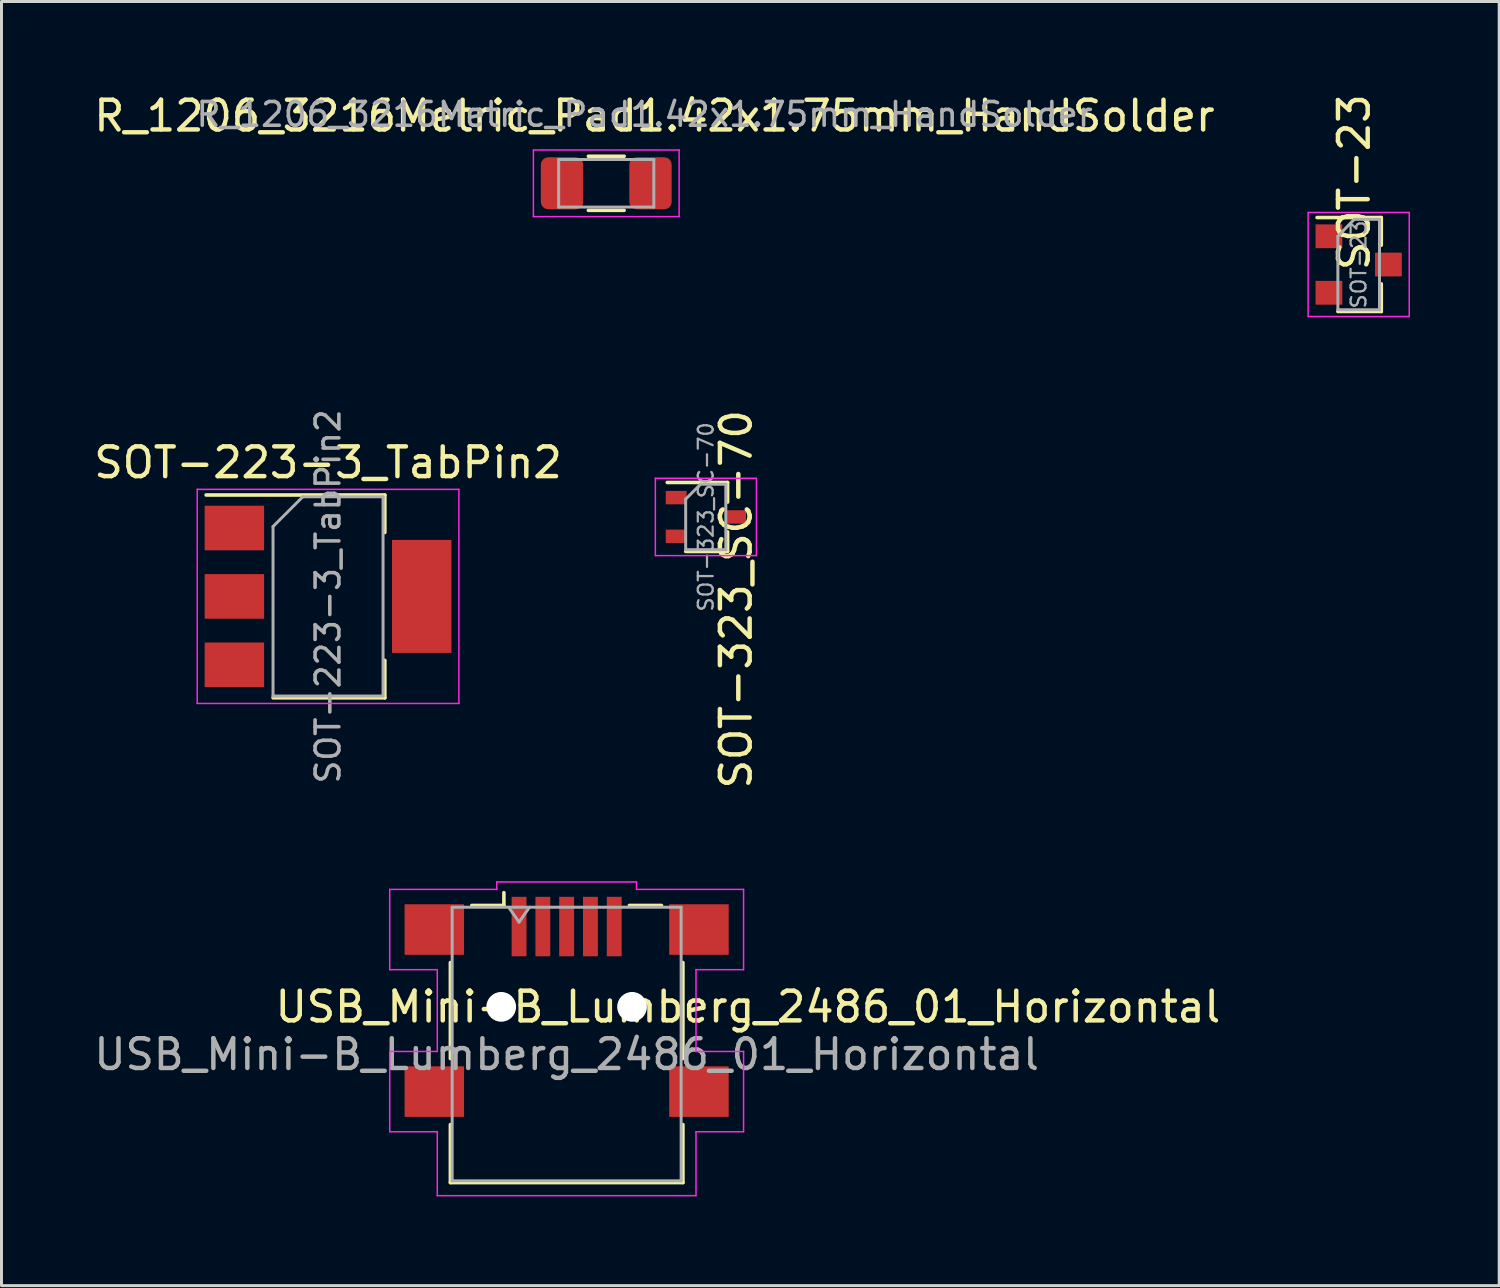
<source format=kicad_pcb>
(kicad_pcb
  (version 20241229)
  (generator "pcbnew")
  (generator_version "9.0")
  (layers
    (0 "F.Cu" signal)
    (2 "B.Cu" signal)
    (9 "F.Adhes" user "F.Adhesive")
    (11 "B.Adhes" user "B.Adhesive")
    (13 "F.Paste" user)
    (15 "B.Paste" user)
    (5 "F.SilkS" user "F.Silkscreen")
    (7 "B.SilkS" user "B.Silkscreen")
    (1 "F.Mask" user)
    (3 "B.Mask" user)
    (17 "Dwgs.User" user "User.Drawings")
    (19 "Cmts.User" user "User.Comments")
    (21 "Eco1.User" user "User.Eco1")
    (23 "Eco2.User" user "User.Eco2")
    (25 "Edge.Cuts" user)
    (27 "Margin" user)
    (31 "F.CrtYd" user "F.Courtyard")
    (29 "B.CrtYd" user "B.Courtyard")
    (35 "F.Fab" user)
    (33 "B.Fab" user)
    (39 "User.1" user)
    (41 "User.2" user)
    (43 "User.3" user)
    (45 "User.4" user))
  (footprint "SOT-23"
    (layer "F.Cu")
    (at 42.642 5.846)
    (property "Reference" "SOT-23" (at -0.152 -2.769 90) (layer "F.SilkS") (effects (font (size 1 1) (thickness 0.15))))
    (attr smd)
    (fp_line (start 0.76 -1.58) (end -1.4 -1.58) (stroke (width 0.12) (type solid)) (layer "F.SilkS"))
    (fp_line (start 0.76 -1.58) (end 0.76 -0.65) (stroke (width 0.12) (type solid)) (layer "F.SilkS"))
    (fp_line (start 0.76 1.58) (end -0.7 1.58) (stroke (width 0.12) (type solid)) (layer "F.SilkS"))
    (fp_line (start 0.76 1.58) (end 0.76 0.65) (stroke (width 0.12) (type solid)) (layer "F.SilkS"))
    (fp_line (start -1.7 -1.75) (end 1.7 -1.75) (stroke (width 0.05) (type solid)) (layer "F.CrtYd"))
    (fp_line (start -1.7 1.75) (end -1.7 -1.75) (stroke (width 0.05) (type solid)) (layer "F.CrtYd"))
    (fp_line (start 1.7 -1.75) (end 1.7 1.75) (stroke (width 0.05) (type solid)) (layer "F.CrtYd"))
    (fp_line (start 1.7 1.75) (end -1.7 1.75) (stroke (width 0.05) (type solid)) (layer "F.CrtYd"))
    (fp_line (start -0.7 -0.95) (end -0.7 1.5) (stroke (width 0.1) (type solid)) (layer "F.Fab"))
    (fp_line (start -0.7 -0.95) (end -0.15 -1.52) (stroke (width 0.1) (type solid)) (layer "F.Fab"))
    (fp_line (start -0.7 1.52) (end 0.7 1.52) (stroke (width 0.1) (type solid)) (layer "F.Fab"))
    (fp_line (start -0.15 -1.52) (end 0.7 -1.52) (stroke (width 0.1) (type solid)) (layer "F.Fab"))
    (fp_line (start 0.7 -1.52) (end 0.7 1.52) (stroke (width 0.1) (type solid)) (layer "F.Fab"))
    (fp_text user "${REFERENCE}" (at 0 0 90) (layer "F.Fab") (effects (font (size 0.5 0.5) (thickness 0.075))))
    (pad "1" smd rect (at -1 -0.95) (size 0.9 0.8) (layers "F.Cu" "F.Mask" "F.Paste"))
    (pad "2" smd rect (at -1 0.95) (size 0.9 0.8) (layers "F.Cu" "F.Mask" "F.Paste"))
    (pad "3" smd rect (at 1 0) (size 0.9 0.8) (layers "F.Cu" "F.Mask" "F.Paste")))
  (footprint "USB_Mini-B_Lumberg_2486_01_Horizontal"
    (layer "F.Cu")
    (at 16.006 30.81)
    (property "Reference" "USB_Mini-B_Lumberg_2486_01_Horizontal" (at 6.096 0 0) (layer "F.SilkS") (effects (font (size 1 1) (thickness 0.15))))
    (attr smd)
    (fp_line (start -3.91 1.74) (end -3.91 -1.49) (stroke (width 0.12) (type solid)) (layer "F.SilkS"))
    (fp_line (start -3.91 5.91) (end -3.91 3.96) (stroke (width 0.12) (type solid)) (layer "F.SilkS"))
    (fp_line (start -3.19 -3.41) (end -2.11 -3.41) (stroke (width 0.12) (type solid)) (layer "F.SilkS"))
    (fp_line (start -2.11 -3.41) (end -2.11 -3.84) (stroke (width 0.12) (type solid)) (layer "F.SilkS"))
    (fp_line (start 2.11 -3.41) (end 3.19 -3.41) (stroke (width 0.12) (type solid)) (layer "F.SilkS"))
    (fp_line (start 3.91 1.74) (end 3.91 -1.49) (stroke (width 0.12) (type solid)) (layer "F.SilkS"))
    (fp_line (start 3.91 5.91) (end -3.91 5.91) (stroke (width 0.12) (type solid)) (layer "F.SilkS"))
    (fp_line (start 3.91 5.91) (end 3.91 3.96) (stroke (width 0.12) (type solid)) (layer "F.SilkS"))
    (fp_line (start -5.95 -3.95) (end -5.95 -1.25) (stroke (width 0.05) (type solid)) (layer "F.CrtYd"))
    (fp_line (start -5.95 -3.95) (end -2.35 -3.95) (stroke (width 0.05) (type solid)) (layer "F.CrtYd"))
    (fp_line (start -5.95 1.5) (end -5.95 4.2) (stroke (width 0.05) (type solid)) (layer "F.CrtYd"))
    (fp_line (start -4.35 -1.25) (end -5.95 -1.25) (stroke (width 0.05) (type solid)) (layer "F.CrtYd"))
    (fp_line (start -4.35 -1.25) (end -4.35 1.5) (stroke (width 0.05) (type solid)) (layer "F.CrtYd"))
    (fp_line (start -4.35 1.5) (end -5.95 1.5) (stroke (width 0.05) (type solid)) (layer "F.CrtYd"))
    (fp_line (start -4.35 4.2) (end -5.95 4.2) (stroke (width 0.05) (type solid)) (layer "F.CrtYd"))
    (fp_line (start -4.35 6.35) (end -4.35 4.2) (stroke (width 0.05) (type solid)) (layer "F.CrtYd"))
    (fp_line (start -4.35 6.35) (end 4.35 6.35) (stroke (width 0.05) (type solid)) (layer "F.CrtYd"))
    (fp_line (start -2.35 -3.95) (end -2.35 -4.2) (stroke (width 0.05) (type solid)) (layer "F.CrtYd"))
    (fp_line (start 2.35 -4.2) (end -2.35 -4.2) (stroke (width 0.05) (type solid)) (layer "F.CrtYd"))
    (fp_line (start 2.35 -3.95) (end 2.35 -4.2) (stroke (width 0.05) (type solid)) (layer "F.CrtYd"))
    (fp_line (start 4.35 -1.25) (end 4.35 1.5) (stroke (width 0.05) (type solid)) (layer "F.CrtYd"))
    (fp_line (start 4.35 -1.25) (end 5.95 -1.25) (stroke (width 0.05) (type solid)) (layer "F.CrtYd"))
    (fp_line (start 4.35 1.5) (end 5.95 1.5) (stroke (width 0.05) (type solid)) (layer "F.CrtYd"))
    (fp_line (start 4.35 4.2) (end 5.95 4.2) (stroke (width 0.05) (type solid)) (layer "F.CrtYd"))
    (fp_line (start 4.35 6.35) (end 4.35 4.2) (stroke (width 0.05) (type solid)) (layer "F.CrtYd"))
    (fp_line (start 5.95 -3.95) (end 2.35 -3.95) (stroke (width 0.05) (type solid)) (layer "F.CrtYd"))
    (fp_line (start 5.95 -3.95) (end 5.95 -1.25) (stroke (width 0.05) (type solid)) (layer "F.CrtYd"))
    (fp_line (start 5.95 1.5) (end 5.95 4.2) (stroke (width 0.05) (type solid)) (layer "F.CrtYd"))
    (fp_line (start -3.85 -3.35) (end -3.85 5.85) (stroke (width 0.1) (type solid)) (layer "F.Fab"))
    (fp_line (start -3.85 -3.35) (end 3.85 -3.35) (stroke (width 0.1) (type solid)) (layer "F.Fab"))
    (fp_line (start -3.85 5.85) (end 3.85 5.85) (stroke (width 0.1) (type solid)) (layer "F.Fab"))
    (fp_line (start -1.95 -3.35) (end -1.6 -2.85) (stroke (width 0.1) (type solid)) (layer "F.Fab"))
    (fp_line (start -1.6 -2.85) (end -1.25 -3.35) (stroke (width 0.1) (type solid)) (layer "F.Fab"))
    (fp_line (start 3.85 5.85) (end 3.85 -3.35) (stroke (width 0.1) (type solid)) (layer "F.Fab"))
    (fp_text user "${REFERENCE}" (at 0 1.6 180) (layer "F.Fab") (effects (font (size 1 1) (thickness 0.15))))
    (pad "" np_thru_hole circle (at -2.2 0) (size 1 1) (drill 1) (layers "*.Cu" "*.Mask"))
    (pad "" np_thru_hole circle (at 2.2 0) (size 1 1) (drill 1) (layers "*.Cu" "*.Mask"))
    (pad "1" smd rect (at -1.6 -2.7) (size 0.5 2) (layers "F.Cu" "F.Mask" "F.Paste"))
    (pad "2" smd rect (at -0.8 -2.7) (size 0.5 2) (layers "F.Cu" "F.Mask" "F.Paste"))
    (pad "3" smd rect (at 0 -2.7) (size 0.5 2) (layers "F.Cu" "F.Mask" "F.Paste"))
    (pad "4" smd rect (at 0.8 -2.7) (size 0.5 2) (layers "F.Cu" "F.Mask" "F.Paste"))
    (pad "5" smd rect (at 1.6 -2.7) (size 0.5 2) (layers "F.Cu" "F.Mask" "F.Paste"))
    (pad "6" smd rect (at -4.45 -2.6) (size 2 1.7) (layers "F.Cu" "F.Mask" "F.Paste"))
    (pad "6" smd rect (at -4.45 2.85) (size 2 1.7) (layers "F.Cu" "F.Mask" "F.Paste"))
    (pad "6" smd rect (at 4.45 -2.6) (size 2 1.7) (layers "F.Cu" "F.Mask" "F.Paste"))
    (pad "6" smd rect (at 4.45 2.85) (size 2 1.7) (layers "F.Cu" "F.Mask" "F.Paste")))
  (footprint "SOT-323_SC-70"
    (layer "F.Cu")
    (at 20.689 14.335)
    (property "Reference" "SOT-323_SC-70" (at 1.016 2.769 90) (layer "F.SilkS") (effects (font (size 1 1) (thickness 0.15))))
    (attr smd)
    (fp_line (start -0.68 1.16) (end 0.73 1.16) (stroke (width 0.12) (type solid)) (layer "F.SilkS"))
    (fp_line (start 0.73 -1.16) (end -1.3 -1.16) (stroke (width 0.12) (type solid)) (layer "F.SilkS"))
    (fp_line (start 0.73 -1.16) (end 0.73 -0.5) (stroke (width 0.12) (type solid)) (layer "F.SilkS"))
    (fp_line (start 0.73 0.5) (end 0.73 1.16) (stroke (width 0.12) (type solid)) (layer "F.SilkS"))
    (fp_line (start -1.7 -1.3) (end 1.7 -1.3) (stroke (width 0.05) (type solid)) (layer "F.CrtYd"))
    (fp_line (start -1.7 1.3) (end -1.7 -1.3) (stroke (width 0.05) (type solid)) (layer "F.CrtYd"))
    (fp_line (start 1.7 -1.3) (end 1.7 1.3) (stroke (width 0.05) (type solid)) (layer "F.CrtYd"))
    (fp_line (start 1.7 1.3) (end -1.7 1.3) (stroke (width 0.05) (type solid)) (layer "F.CrtYd"))
    (fp_line (start -0.68 -0.6) (end -0.68 1.1) (stroke (width 0.1) (type solid)) (layer "F.Fab"))
    (fp_line (start -0.18 -1.1) (end -0.68 -0.6) (stroke (width 0.1) (type solid)) (layer "F.Fab"))
    (fp_line (start 0.67 -1.1) (end -0.18 -1.1) (stroke (width 0.1) (type solid)) (layer "F.Fab"))
    (fp_line (start 0.67 -1.1) (end 0.67 1.1) (stroke (width 0.1) (type solid)) (layer "F.Fab"))
    (fp_line (start 0.67 1.1) (end -0.68 1.1) (stroke (width 0.1) (type solid)) (layer "F.Fab"))
    (fp_text user "${REFERENCE}" (at 0 0 90) (layer "F.Fab") (effects (font (size 0.5 0.5) (thickness 0.075))))
    (pad "1" smd rect (at -1 -0.65 270) (size 0.45 0.7) (layers "F.Cu" "F.Mask" "F.Paste"))
    (pad "2" smd rect (at -1 0.65 270) (size 0.45 0.7) (layers "F.Cu" "F.Mask" "F.Paste"))
    (pad "3" smd rect (at 1 0 270) (size 0.45 0.7) (layers "F.Cu" "F.Mask" "F.Paste")))
  (footprint "R_1206_3216Metric_Pad1.42x1.75mm_HandSolder"
    (layer "F.Cu")
    (at 17.338 3.114)
    (property "Reference" "R_1206_3216Metric_Pad1.42x1.75mm_HandSolder" (at 1.621 -2.266 0) (layer "F.SilkS") (effects (font (size 1 1) (thickness 0.15))))
    (attr smd)
    (fp_line (start -0.602 -0.91) (end 0.602 -0.91) (stroke (width 0.12) (type solid)) (layer "F.SilkS"))
    (fp_line (start -0.602 0.91) (end 0.602 0.91) (stroke (width 0.12) (type solid)) (layer "F.SilkS"))
    (fp_line (start -2.45 -1.12) (end 2.45 -1.12) (stroke (width 0.05) (type solid)) (layer "F.CrtYd"))
    (fp_line (start -2.45 1.12) (end -2.45 -1.12) (stroke (width 0.05) (type solid)) (layer "F.CrtYd"))
    (fp_line (start 2.45 -1.12) (end 2.45 1.12) (stroke (width 0.05) (type solid)) (layer "F.CrtYd"))
    (fp_line (start 2.45 1.12) (end -2.45 1.12) (stroke (width 0.05) (type solid)) (layer "F.CrtYd"))
    (fp_line (start -1.6 -0.8) (end 1.6 -0.8) (stroke (width 0.1) (type solid)) (layer "F.Fab"))
    (fp_line (start -1.6 0.8) (end -1.6 -0.8) (stroke (width 0.1) (type solid)) (layer "F.Fab"))
    (fp_line (start 1.6 -0.8) (end 1.6 0.8) (stroke (width 0.1) (type solid)) (layer "F.Fab"))
    (fp_line (start 1.6 0.8) (end -1.6 0.8) (stroke (width 0.1) (type solid)) (layer "F.Fab"))
    (fp_text user "${REFERENCE}" (at 1.29 -2.316 0) (layer "F.Fab") (effects (font (size 0.8 0.8) (thickness 0.12))))
    (pad "1" smd roundrect (at -1.488 0) (size 1.425 1.75) (layers "F.Cu" "F.Mask" "F.Paste") (roundrect_rratio 0.175))
    (pad "2" smd roundrect (at 1.488 0) (size 1.425 1.75) (layers "F.Cu" "F.Mask" "F.Paste") (roundrect_rratio 0.175)))
  (footprint "SOT-223-3_TabPin2"
    (layer "F.Cu")
    (at 7.982 17.007)
    (property "Reference" "SOT-223-3_TabPin2" (at 0 -4.5 0) (layer "F.SilkS") (effects (font (size 1 1) (thickness 0.15))))
    (attr smd)
    (fp_line (start -4.1 -3.41) (end 1.91 -3.41) (stroke (width 0.12) (type solid)) (layer "F.SilkS"))
    (fp_line (start -1.85 3.41) (end 1.91 3.41) (stroke (width 0.12) (type solid)) (layer "F.SilkS"))
    (fp_line (start 1.91 -3.41) (end 1.91 -2.15) (stroke (width 0.12) (type solid)) (layer "F.SilkS"))
    (fp_line (start 1.91 3.41) (end 1.91 2.15) (stroke (width 0.12) (type solid)) (layer "F.SilkS"))
    (fp_line (start -4.4 -3.6) (end -4.4 3.6) (stroke (width 0.05) (type solid)) (layer "F.CrtYd"))
    (fp_line (start -4.4 3.6) (end 4.4 3.6) (stroke (width 0.05) (type solid)) (layer "F.CrtYd"))
    (fp_line (start 4.4 -3.6) (end -4.4 -3.6) (stroke (width 0.05) (type solid)) (layer "F.CrtYd"))
    (fp_line (start 4.4 3.6) (end 4.4 -3.6) (stroke (width 0.05) (type solid)) (layer "F.CrtYd"))
    (fp_line (start -1.85 -2.35) (end -1.85 3.35) (stroke (width 0.1) (type solid)) (layer "F.Fab"))
    (fp_line (start -1.85 -2.35) (end -0.85 -3.35) (stroke (width 0.1) (type solid)) (layer "F.Fab"))
    (fp_line (start -1.85 3.35) (end 1.85 3.35) (stroke (width 0.1) (type solid)) (layer "F.Fab"))
    (fp_line (start -0.85 -3.35) (end 1.85 -3.35) (stroke (width 0.1) (type solid)) (layer "F.Fab"))
    (fp_line (start 1.85 -3.35) (end 1.85 3.35) (stroke (width 0.1) (type solid)) (layer "F.Fab"))
    (fp_text user "${REFERENCE}" (at 0 0 90) (layer "F.Fab") (effects (font (size 0.8 0.8) (thickness 0.12))))
    (pad "1" smd rect (at -3.15 -2.3) (size 2 1.5) (layers "F.Cu" "F.Mask" "F.Paste"))
    (pad "2" smd rect (at -3.15 0) (size 2 1.5) (layers "F.Cu" "F.Mask" "F.Paste"))
    (pad "2" smd rect (at 3.15 0) (size 2 3.8) (layers "F.Cu" "F.Mask" "F.Paste"))
    (pad "3" smd rect (at -3.15 2.3) (size 2 1.5) (layers "F.Cu" "F.Mask" "F.Paste")))
  (gr_rect
    (start -3 -3)
    (end 47.367 40.185)
    (stroke (width 0.1) (type default))
    (fill no)
    (layer "Edge.Cuts")))
</source>
